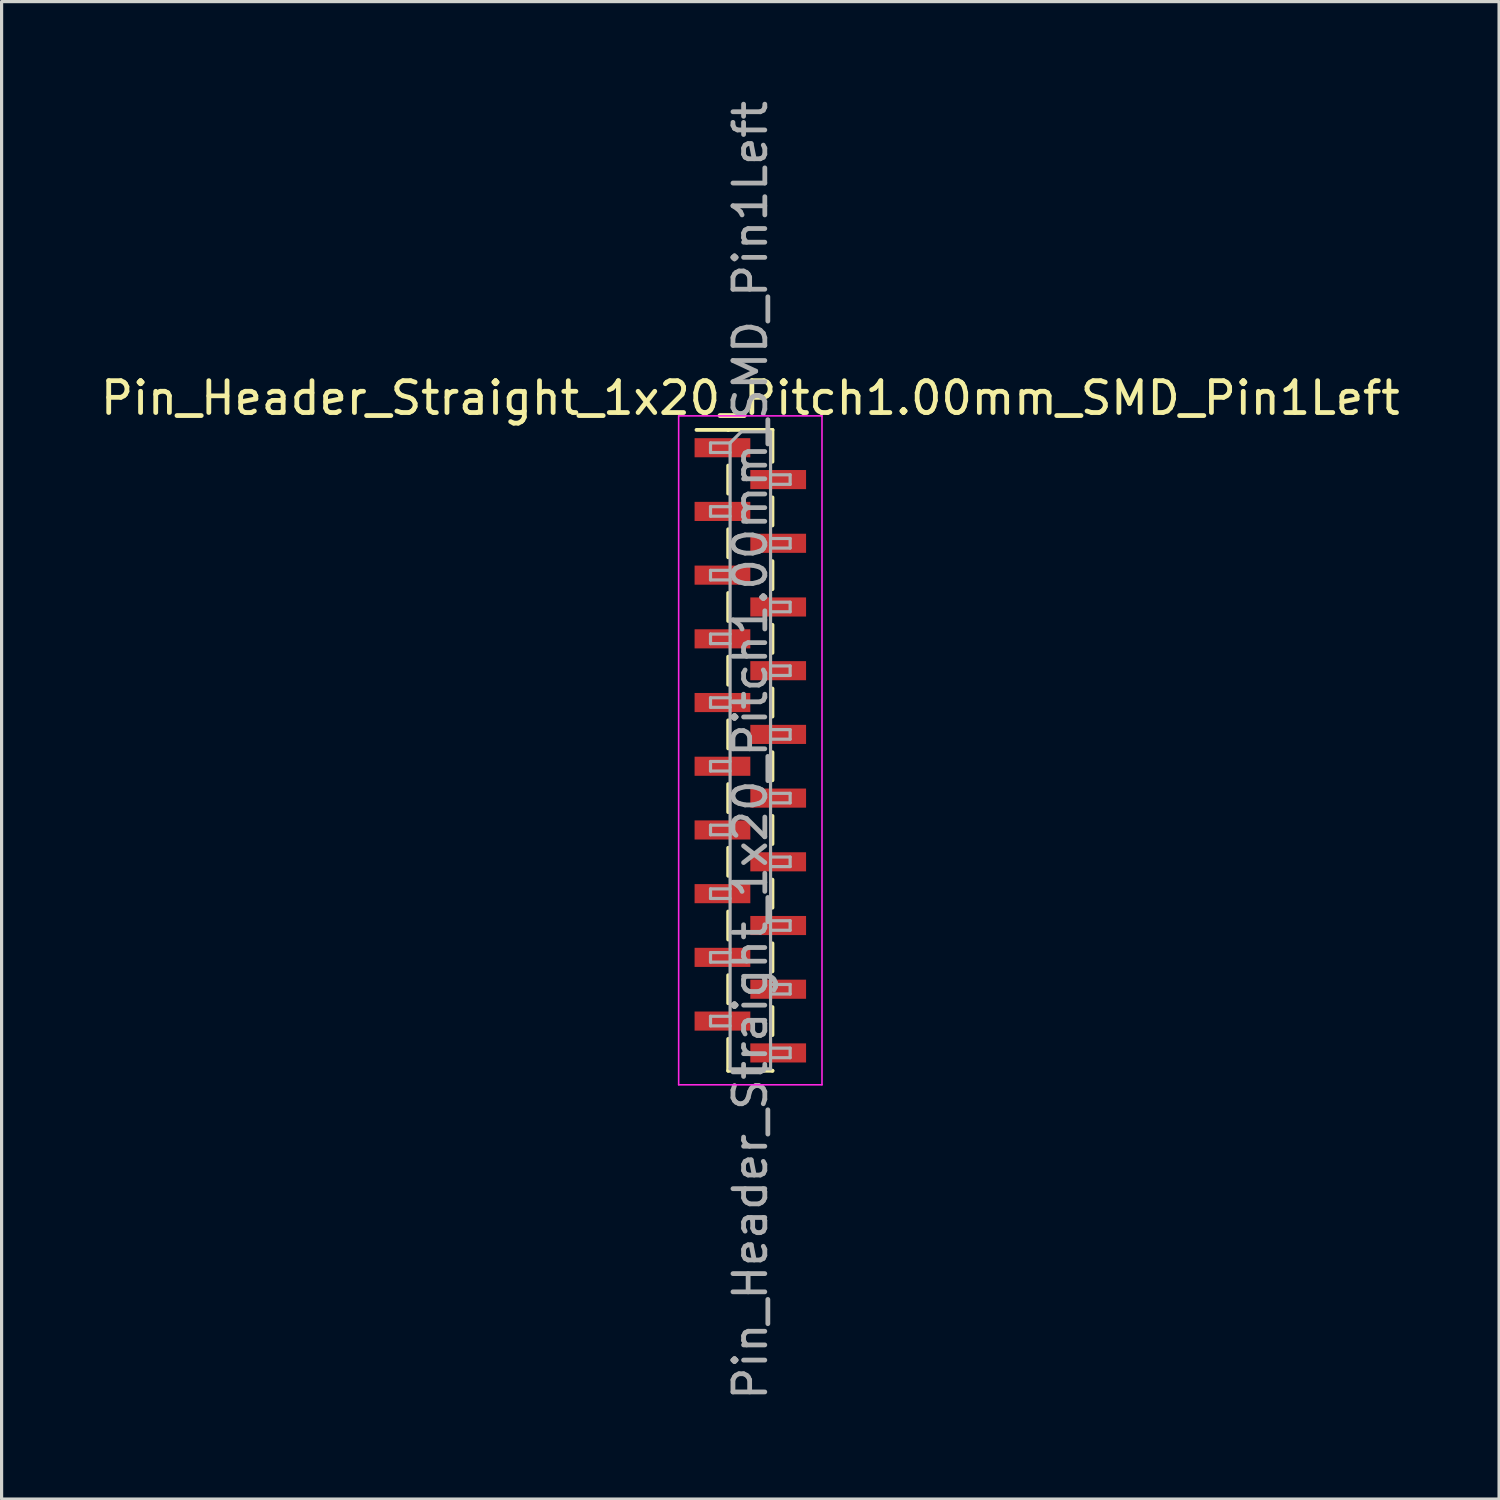
<source format=kicad_pcb>
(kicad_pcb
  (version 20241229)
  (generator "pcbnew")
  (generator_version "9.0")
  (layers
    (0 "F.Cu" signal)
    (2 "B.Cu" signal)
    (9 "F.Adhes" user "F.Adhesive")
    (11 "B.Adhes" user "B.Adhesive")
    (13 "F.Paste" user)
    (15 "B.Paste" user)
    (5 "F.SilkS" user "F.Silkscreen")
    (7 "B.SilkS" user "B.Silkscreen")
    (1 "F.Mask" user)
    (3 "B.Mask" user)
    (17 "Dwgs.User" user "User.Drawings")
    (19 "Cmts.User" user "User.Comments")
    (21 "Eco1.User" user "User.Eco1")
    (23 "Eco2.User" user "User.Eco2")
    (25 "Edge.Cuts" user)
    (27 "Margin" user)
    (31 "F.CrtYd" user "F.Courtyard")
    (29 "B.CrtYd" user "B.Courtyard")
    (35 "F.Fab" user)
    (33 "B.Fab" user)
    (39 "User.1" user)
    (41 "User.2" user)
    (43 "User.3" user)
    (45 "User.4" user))
  (footprint "Pin_Header_Straight_1x20_Pitch1.00mm_SMD_Pin1Left"
    (layer "F.Cu")
    (at 20.506 20.506)
    (property "Reference" "Pin_Header_Straight_1x20_Pitch1.00mm_SMD_Pin1Left" (at 0 -11.06 0) (layer "F.SilkS") (effects (font (size 1 1) (thickness 0.15))))
    (attr smd)
    (fp_line (start -0.695 -10.06) (end -1.69 -10.06) (stroke (width 0.12) (type solid)) (layer "F.SilkS"))
    (fp_line (start -0.695 -10.06) (end -0.695 -10.06) (stroke (width 0.12) (type solid)) (layer "F.SilkS"))
    (fp_line (start -0.695 -10.06) (end 0.695 -10.06) (stroke (width 0.12) (type solid)) (layer "F.SilkS"))
    (fp_line (start -0.695 -8.94) (end -0.695 -8.06) (stroke (width 0.12) (type solid)) (layer "F.SilkS"))
    (fp_line (start -0.695 -6.94) (end -0.695 -6.06) (stroke (width 0.12) (type solid)) (layer "F.SilkS"))
    (fp_line (start -0.695 -4.94) (end -0.695 -4.06) (stroke (width 0.12) (type solid)) (layer "F.SilkS"))
    (fp_line (start -0.695 -2.94) (end -0.695 -2.06) (stroke (width 0.12) (type solid)) (layer "F.SilkS"))
    (fp_line (start -0.695 -0.94) (end -0.695 -0.06) (stroke (width 0.12) (type solid)) (layer "F.SilkS"))
    (fp_line (start -0.695 1.06) (end -0.695 1.94) (stroke (width 0.12) (type solid)) (layer "F.SilkS"))
    (fp_line (start -0.695 3.06) (end -0.695 3.94) (stroke (width 0.12) (type solid)) (layer "F.SilkS"))
    (fp_line (start -0.695 5.06) (end -0.695 5.94) (stroke (width 0.12) (type solid)) (layer "F.SilkS"))
    (fp_line (start -0.695 7.06) (end -0.695 7.94) (stroke (width 0.12) (type solid)) (layer "F.SilkS"))
    (fp_line (start -0.695 9.06) (end -0.695 10.06) (stroke (width 0.12) (type solid)) (layer "F.SilkS"))
    (fp_line (start -0.695 10.06) (end 0.695 10.06) (stroke (width 0.12) (type solid)) (layer "F.SilkS"))
    (fp_line (start 0.695 -10.06) (end 0.695 -9.06) (stroke (width 0.12) (type solid)) (layer "F.SilkS"))
    (fp_line (start 0.695 -7.94) (end 0.695 -7.06) (stroke (width 0.12) (type solid)) (layer "F.SilkS"))
    (fp_line (start 0.695 -5.94) (end 0.695 -5.06) (stroke (width 0.12) (type solid)) (layer "F.SilkS"))
    (fp_line (start 0.695 -3.94) (end 0.695 -3.06) (stroke (width 0.12) (type solid)) (layer "F.SilkS"))
    (fp_line (start 0.695 -1.94) (end 0.695 -1.06) (stroke (width 0.12) (type solid)) (layer "F.SilkS"))
    (fp_line (start 0.695 0.06) (end 0.695 0.94) (stroke (width 0.12) (type solid)) (layer "F.SilkS"))
    (fp_line (start 0.695 2.06) (end 0.695 2.94) (stroke (width 0.12) (type solid)) (layer "F.SilkS"))
    (fp_line (start 0.695 4.06) (end 0.695 4.94) (stroke (width 0.12) (type solid)) (layer "F.SilkS"))
    (fp_line (start 0.695 6.06) (end 0.695 6.94) (stroke (width 0.12) (type solid)) (layer "F.SilkS"))
    (fp_line (start 0.695 8.06) (end 0.695 8.94) (stroke (width 0.12) (type solid)) (layer "F.SilkS"))
    (fp_line (start 0.695 10.06) (end 0.695 10.06) (stroke (width 0.12) (type solid)) (layer "F.SilkS"))
    (fp_line (start -2.25 -10.5) (end -2.25 10.5) (stroke (width 0.05) (type solid)) (layer "F.CrtYd"))
    (fp_line (start -2.25 10.5) (end 2.25 10.5) (stroke (width 0.05) (type solid)) (layer "F.CrtYd"))
    (fp_line (start 2.25 -10.5) (end -2.25 -10.5) (stroke (width 0.05) (type solid)) (layer "F.CrtYd"))
    (fp_line (start 2.25 10.5) (end 2.25 -10.5) (stroke (width 0.05) (type solid)) (layer "F.CrtYd"))
    (fp_line (start -1.25 -9.65) (end -1.25 -9.35) (stroke (width 0.1) (type solid)) (layer "F.Fab"))
    (fp_line (start -1.25 -9.35) (end -0.635 -9.35) (stroke (width 0.1) (type solid)) (layer "F.Fab"))
    (fp_line (start -1.25 -7.65) (end -1.25 -7.35) (stroke (width 0.1) (type solid)) (layer "F.Fab"))
    (fp_line (start -1.25 -7.35) (end -0.635 -7.35) (stroke (width 0.1) (type solid)) (layer "F.Fab"))
    (fp_line (start -1.25 -5.65) (end -1.25 -5.35) (stroke (width 0.1) (type solid)) (layer "F.Fab"))
    (fp_line (start -1.25 -5.35) (end -0.635 -5.35) (stroke (width 0.1) (type solid)) (layer "F.Fab"))
    (fp_line (start -1.25 -3.65) (end -1.25 -3.35) (stroke (width 0.1) (type solid)) (layer "F.Fab"))
    (fp_line (start -1.25 -3.35) (end -0.635 -3.35) (stroke (width 0.1) (type solid)) (layer "F.Fab"))
    (fp_line (start -1.25 -1.65) (end -1.25 -1.35) (stroke (width 0.1) (type solid)) (layer "F.Fab"))
    (fp_line (start -1.25 -1.35) (end -0.635 -1.35) (stroke (width 0.1) (type solid)) (layer "F.Fab"))
    (fp_line (start -1.25 0.35) (end -1.25 0.65) (stroke (width 0.1) (type solid)) (layer "F.Fab"))
    (fp_line (start -1.25 0.65) (end -0.635 0.65) (stroke (width 0.1) (type solid)) (layer "F.Fab"))
    (fp_line (start -1.25 2.35) (end -1.25 2.65) (stroke (width 0.1) (type solid)) (layer "F.Fab"))
    (fp_line (start -1.25 2.65) (end -0.635 2.65) (stroke (width 0.1) (type solid)) (layer "F.Fab"))
    (fp_line (start -1.25 4.35) (end -1.25 4.65) (stroke (width 0.1) (type solid)) (layer "F.Fab"))
    (fp_line (start -1.25 4.65) (end -0.635 4.65) (stroke (width 0.1) (type solid)) (layer "F.Fab"))
    (fp_line (start -1.25 6.35) (end -1.25 6.65) (stroke (width 0.1) (type solid)) (layer "F.Fab"))
    (fp_line (start -1.25 6.65) (end -0.635 6.65) (stroke (width 0.1) (type solid)) (layer "F.Fab"))
    (fp_line (start -1.25 8.35) (end -1.25 8.65) (stroke (width 0.1) (type solid)) (layer "F.Fab"))
    (fp_line (start -1.25 8.65) (end -0.635 8.65) (stroke (width 0.1) (type solid)) (layer "F.Fab"))
    (fp_line (start -0.635 -9.65) (end -1.25 -9.65) (stroke (width 0.1) (type solid)) (layer "F.Fab"))
    (fp_line (start -0.635 -9.65) (end -0.285 -10) (stroke (width 0.1) (type solid)) (layer "F.Fab"))
    (fp_line (start -0.635 -7.65) (end -1.25 -7.65) (stroke (width 0.1) (type solid)) (layer "F.Fab"))
    (fp_line (start -0.635 -5.65) (end -1.25 -5.65) (stroke (width 0.1) (type solid)) (layer "F.Fab"))
    (fp_line (start -0.635 -3.65) (end -1.25 -3.65) (stroke (width 0.1) (type solid)) (layer "F.Fab"))
    (fp_line (start -0.635 -1.65) (end -1.25 -1.65) (stroke (width 0.1) (type solid)) (layer "F.Fab"))
    (fp_line (start -0.635 0.35) (end -1.25 0.35) (stroke (width 0.1) (type solid)) (layer "F.Fab"))
    (fp_line (start -0.635 2.35) (end -1.25 2.35) (stroke (width 0.1) (type solid)) (layer "F.Fab"))
    (fp_line (start -0.635 4.35) (end -1.25 4.35) (stroke (width 0.1) (type solid)) (layer "F.Fab"))
    (fp_line (start -0.635 6.35) (end -1.25 6.35) (stroke (width 0.1) (type solid)) (layer "F.Fab"))
    (fp_line (start -0.635 8.35) (end -1.25 8.35) (stroke (width 0.1) (type solid)) (layer "F.Fab"))
    (fp_line (start -0.635 10) (end -0.635 -9.65) (stroke (width 0.1) (type solid)) (layer "F.Fab"))
    (fp_line (start -0.285 -10) (end 0.635 -10) (stroke (width 0.1) (type solid)) (layer "F.Fab"))
    (fp_line (start 0.635 -10) (end 0.635 10) (stroke (width 0.1) (type solid)) (layer "F.Fab"))
    (fp_line (start 0.635 -8.65) (end 1.25 -8.65) (stroke (width 0.1) (type solid)) (layer "F.Fab"))
    (fp_line (start 0.635 -6.65) (end 1.25 -6.65) (stroke (width 0.1) (type solid)) (layer "F.Fab"))
    (fp_line (start 0.635 -4.65) (end 1.25 -4.65) (stroke (width 0.1) (type solid)) (layer "F.Fab"))
    (fp_line (start 0.635 -2.65) (end 1.25 -2.65) (stroke (width 0.1) (type solid)) (layer "F.Fab"))
    (fp_line (start 0.635 -0.65) (end 1.25 -0.65) (stroke (width 0.1) (type solid)) (layer "F.Fab"))
    (fp_line (start 0.635 1.35) (end 1.25 1.35) (stroke (width 0.1) (type solid)) (layer "F.Fab"))
    (fp_line (start 0.635 3.35) (end 1.25 3.35) (stroke (width 0.1) (type solid)) (layer "F.Fab"))
    (fp_line (start 0.635 5.35) (end 1.25 5.35) (stroke (width 0.1) (type solid)) (layer "F.Fab"))
    (fp_line (start 0.635 7.35) (end 1.25 7.35) (stroke (width 0.1) (type solid)) (layer "F.Fab"))
    (fp_line (start 0.635 9.35) (end 1.25 9.35) (stroke (width 0.1) (type solid)) (layer "F.Fab"))
    (fp_line (start 0.635 10) (end -0.635 10) (stroke (width 0.1) (type solid)) (layer "F.Fab"))
    (fp_line (start 1.25 -8.65) (end 1.25 -8.35) (stroke (width 0.1) (type solid)) (layer "F.Fab"))
    (fp_line (start 1.25 -8.35) (end 0.635 -8.35) (stroke (width 0.1) (type solid)) (layer "F.Fab"))
    (fp_line (start 1.25 -6.65) (end 1.25 -6.35) (stroke (width 0.1) (type solid)) (layer "F.Fab"))
    (fp_line (start 1.25 -6.35) (end 0.635 -6.35) (stroke (width 0.1) (type solid)) (layer "F.Fab"))
    (fp_line (start 1.25 -4.65) (end 1.25 -4.35) (stroke (width 0.1) (type solid)) (layer "F.Fab"))
    (fp_line (start 1.25 -4.35) (end 0.635 -4.35) (stroke (width 0.1) (type solid)) (layer "F.Fab"))
    (fp_line (start 1.25 -2.65) (end 1.25 -2.35) (stroke (width 0.1) (type solid)) (layer "F.Fab"))
    (fp_line (start 1.25 -2.35) (end 0.635 -2.35) (stroke (width 0.1) (type solid)) (layer "F.Fab"))
    (fp_line (start 1.25 -0.65) (end 1.25 -0.35) (stroke (width 0.1) (type solid)) (layer "F.Fab"))
    (fp_line (start 1.25 -0.35) (end 0.635 -0.35) (stroke (width 0.1) (type solid)) (layer "F.Fab"))
    (fp_line (start 1.25 1.35) (end 1.25 1.65) (stroke (width 0.1) (type solid)) (layer "F.Fab"))
    (fp_line (start 1.25 1.65) (end 0.635 1.65) (stroke (width 0.1) (type solid)) (layer "F.Fab"))
    (fp_line (start 1.25 3.35) (end 1.25 3.65) (stroke (width 0.1) (type solid)) (layer "F.Fab"))
    (fp_line (start 1.25 3.65) (end 0.635 3.65) (stroke (width 0.1) (type solid)) (layer "F.Fab"))
    (fp_line (start 1.25 5.35) (end 1.25 5.65) (stroke (width 0.1) (type solid)) (layer "F.Fab"))
    (fp_line (start 1.25 5.65) (end 0.635 5.65) (stroke (width 0.1) (type solid)) (layer "F.Fab"))
    (fp_line (start 1.25 7.35) (end 1.25 7.65) (stroke (width 0.1) (type solid)) (layer "F.Fab"))
    (fp_line (start 1.25 7.65) (end 0.635 7.65) (stroke (width 0.1) (type solid)) (layer "F.Fab"))
    (fp_line (start 1.25 9.35) (end 1.25 9.65) (stroke (width 0.1) (type solid)) (layer "F.Fab"))
    (fp_line (start 1.25 9.65) (end 0.635 9.65) (stroke (width 0.1) (type solid)) (layer "F.Fab"))
    (fp_text user "${REFERENCE}" (at 0 0 90) (layer "F.Fab") (effects (font (size 1 1) (thickness 0.15))))
    (pad "1" smd rect (at -0.875 -9.5) (size 1.75 0.6) (layers "F.Cu" "F.Mask" "F.Paste"))
    (pad "2" smd rect (at 0.875 -8.5) (size 1.75 0.6) (layers "F.Cu" "F.Mask" "F.Paste"))
    (pad "3" smd rect (at -0.875 -7.5) (size 1.75 0.6) (layers "F.Cu" "F.Mask" "F.Paste"))
    (pad "4" smd rect (at 0.875 -6.5) (size 1.75 0.6) (layers "F.Cu" "F.Mask" "F.Paste"))
    (pad "5" smd rect (at -0.875 -5.5) (size 1.75 0.6) (layers "F.Cu" "F.Mask" "F.Paste"))
    (pad "6" smd rect (at 0.875 -4.5) (size 1.75 0.6) (layers "F.Cu" "F.Mask" "F.Paste"))
    (pad "7" smd rect (at -0.875 -3.5) (size 1.75 0.6) (layers "F.Cu" "F.Mask" "F.Paste"))
    (pad "8" smd rect (at 0.875 -2.5) (size 1.75 0.6) (layers "F.Cu" "F.Mask" "F.Paste"))
    (pad "9" smd rect (at -0.875 -1.5) (size 1.75 0.6) (layers "F.Cu" "F.Mask" "F.Paste"))
    (pad "10" smd rect (at 0.875 -0.5) (size 1.75 0.6) (layers "F.Cu" "F.Mask" "F.Paste"))
    (pad "11" smd rect (at -0.875 0.5) (size 1.75 0.6) (layers "F.Cu" "F.Mask" "F.Paste"))
    (pad "12" smd rect (at 0.875 1.5) (size 1.75 0.6) (layers "F.Cu" "F.Mask" "F.Paste"))
    (pad "13" smd rect (at -0.875 2.5) (size 1.75 0.6) (layers "F.Cu" "F.Mask" "F.Paste"))
    (pad "14" smd rect (at 0.875 3.5) (size 1.75 0.6) (layers "F.Cu" "F.Mask" "F.Paste"))
    (pad "15" smd rect (at -0.875 4.5) (size 1.75 0.6) (layers "F.Cu" "F.Mask" "F.Paste"))
    (pad "16" smd rect (at 0.875 5.5) (size 1.75 0.6) (layers "F.Cu" "F.Mask" "F.Paste"))
    (pad "17" smd rect (at -0.875 6.5) (size 1.75 0.6) (layers "F.Cu" "F.Mask" "F.Paste"))
    (pad "18" smd rect (at 0.875 7.5) (size 1.75 0.6) (layers "F.Cu" "F.Mask" "F.Paste"))
    (pad "19" smd rect (at -0.875 8.5) (size 1.75 0.6) (layers "F.Cu" "F.Mask" "F.Paste"))
    (pad "20" smd rect (at 0.875 9.5) (size 1.75 0.6) (layers "F.Cu" "F.Mask" "F.Paste")))
  (gr_rect
    (start -3 -3)
    (end 44.012 44.012)
    (stroke (width 0.1) (type default))
    (fill no)
    (layer "Edge.Cuts")))
</source>
